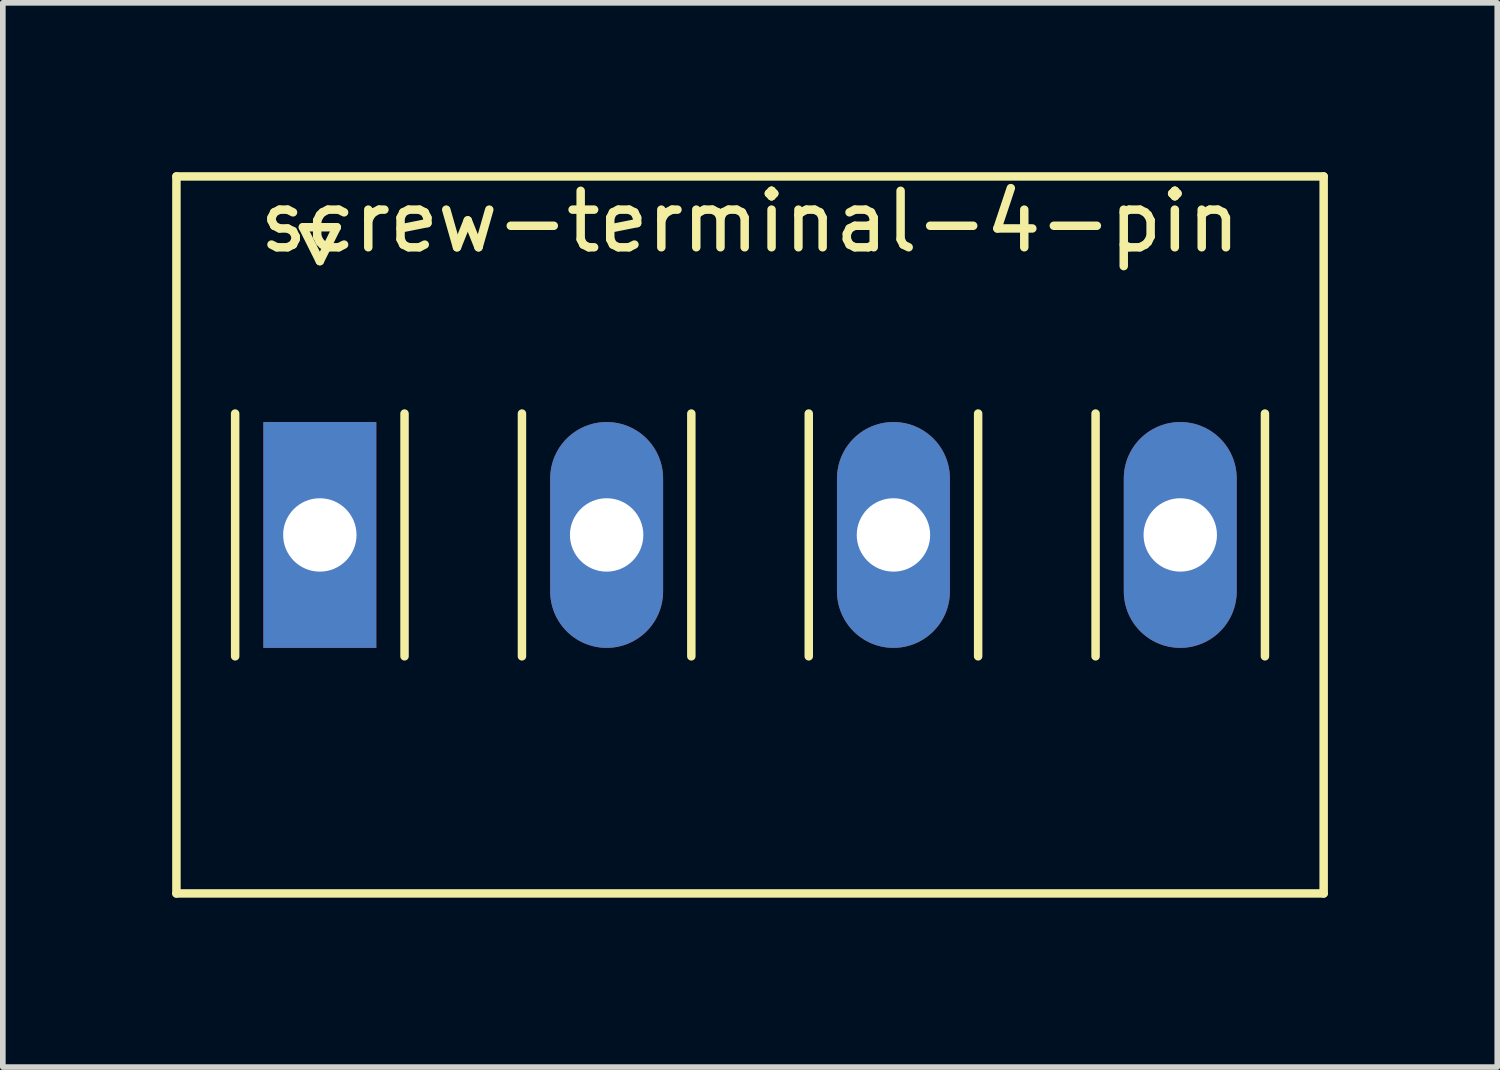
<source format=kicad_pcb>
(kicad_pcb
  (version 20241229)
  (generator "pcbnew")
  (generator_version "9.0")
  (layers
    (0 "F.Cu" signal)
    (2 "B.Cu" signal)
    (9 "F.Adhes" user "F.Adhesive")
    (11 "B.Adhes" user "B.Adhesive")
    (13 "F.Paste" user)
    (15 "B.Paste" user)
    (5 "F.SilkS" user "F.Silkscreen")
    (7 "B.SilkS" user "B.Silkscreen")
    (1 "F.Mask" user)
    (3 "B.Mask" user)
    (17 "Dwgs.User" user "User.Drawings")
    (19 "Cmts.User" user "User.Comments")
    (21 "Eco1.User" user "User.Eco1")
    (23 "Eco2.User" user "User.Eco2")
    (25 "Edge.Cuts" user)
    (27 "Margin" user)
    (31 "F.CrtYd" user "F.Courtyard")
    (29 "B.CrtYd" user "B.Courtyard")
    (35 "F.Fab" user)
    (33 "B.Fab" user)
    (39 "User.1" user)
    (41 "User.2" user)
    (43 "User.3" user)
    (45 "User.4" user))
  (footprint "screw-terminal-4-pin"
    (layer "F.Cu")
    (at 2.615 6.425)
    (property "Reference" "screw-terminal-4-pin" (at 7.62 -5.55 0) (layer "F.SilkS") (effects (font (size 1 1) (thickness 0.15))))
    (attr through_hole)
    (fp_line (start -2.54 -6.35) (end -2.54 6.35) (stroke (width 0.15) (type solid)) (layer "F.SilkS"))
    (fp_line (start -2.54 6.35) (end 17.78 6.35) (stroke (width 0.15) (type solid)) (layer "F.SilkS"))
    (fp_line (start -1.5 2.15) (end -1.5 -2.15) (stroke (width 0.15) (type solid)) (layer "F.SilkS"))
    (fp_line (start -0.3 -5.45) (end 0 -4.85) (stroke (width 0.15) (type solid)) (layer "F.SilkS"))
    (fp_line (start 0 -4.85) (end 0.3 -5.45) (stroke (width 0.15) (type solid)) (layer "F.SilkS"))
    (fp_line (start 0.3 -5.45) (end -0.3 -5.45) (stroke (width 0.15) (type solid)) (layer "F.SilkS"))
    (fp_line (start 1.5 -2.15) (end 1.5 2.15) (stroke (width 0.15) (type solid)) (layer "F.SilkS"))
    (fp_line (start 3.58 2.15) (end 3.58 -2.15) (stroke (width 0.15) (type solid)) (layer "F.SilkS"))
    (fp_line (start 6.58 -2.15) (end 6.58 2.15) (stroke (width 0.15) (type solid)) (layer "F.SilkS"))
    (fp_line (start 8.66 2.15) (end 8.66 -2.15) (stroke (width 0.15) (type solid)) (layer "F.SilkS"))
    (fp_line (start 11.66 -2.15) (end 11.66 2.15) (stroke (width 0.15) (type solid)) (layer "F.SilkS"))
    (fp_line (start 13.74 2.15) (end 13.74 -2.15) (stroke (width 0.15) (type solid)) (layer "F.SilkS"))
    (fp_line (start 16.74 -2.15) (end 16.74 2.15) (stroke (width 0.15) (type solid)) (layer "F.SilkS"))
    (fp_line (start 17.78 -6.35) (end -2.54 -6.35) (stroke (width 0.15) (type solid)) (layer "F.SilkS"))
    (fp_line (start 17.78 6.35) (end 17.78 -6.35) (stroke (width 0.15) (type solid)) (layer "F.SilkS"))
    (pad "1" thru_hole rect (at 0 0) (size 2 4) (drill 1.3) (layers "*.Cu" "*.Mask"))
    (pad "2" thru_hole oval (at 5.08 0) (size 2 4) (drill 1.3) (layers "*.Cu" "*.Mask"))
    (pad "3" thru_hole oval (at 10.16 0) (size 2 4) (drill 1.3) (layers "*.Cu" "*.Mask"))
    (pad "4" thru_hole oval (at 15.24 0) (size 2 4) (drill 1.3) (layers "*.Cu" "*.Mask")))
  (gr_rect
    (start -3 -3)
    (end 23.47 15.85)
    (stroke (width 0.1) (type default))
    (fill no)
    (layer "Edge.Cuts")))
</source>
